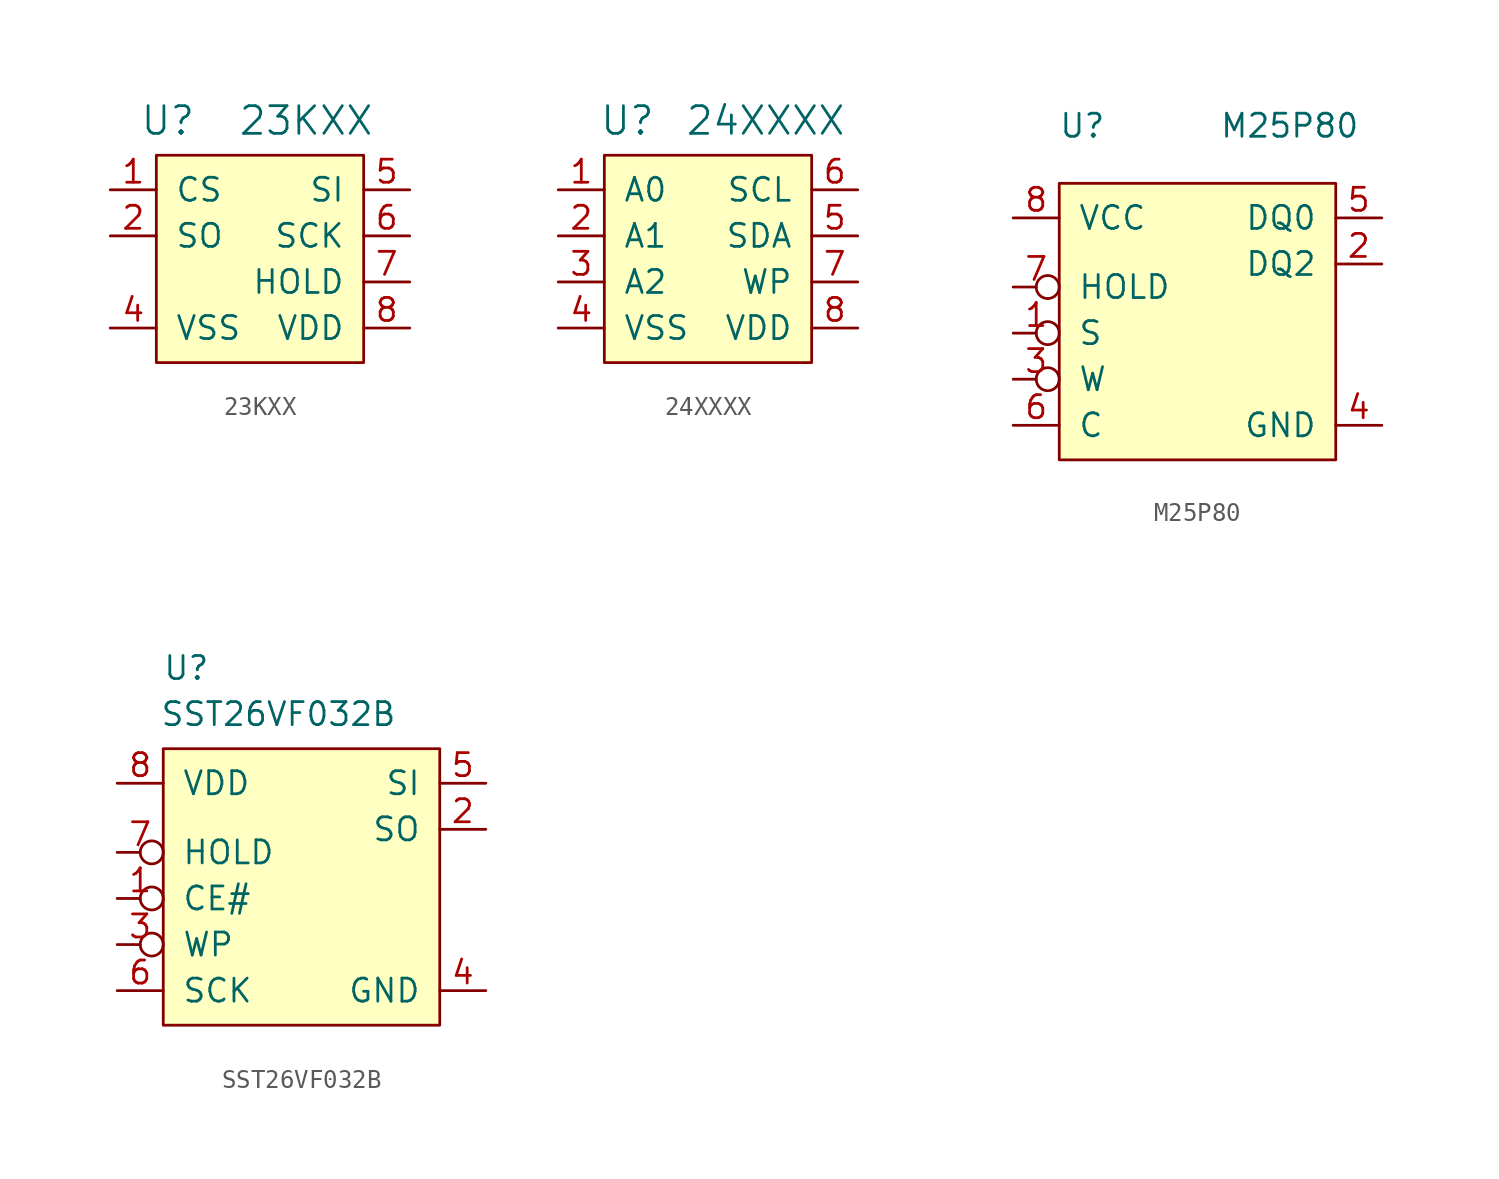
<source format=kicad_sym>
(kicad_symbol_lib
  (version 20211014)
  (generator kicad_symbol_editor)
  (symbol "23KXX"
    (pin_names
      (offset 1.016))
    (property "Reference" "U"
      (at -4.445 7.62 0)
      (effects (font (size 1.524 1.524))))
    (property "Value" "23KXX"
      (at 3.175 7.62 0)
      (effects (font (size 1.524 1.524))))
    (property "Footprint" ""
      (at 1.27 -1.27 0)
      (effects (font (size 1.524 1.524))))
    (property "Datasheet" ""
      (at 1.27 -1.27 0)
      (effects (font (size 1.524 1.524))))
    (symbol "23KXX_0_1"
      (rectangle (start -5.08 5.715) (end 6.35 -5.715) (stroke (width 0) (type default) (color 0 0 0 0)) (fill (type background))))
    (symbol "23KXX_1_1"
      (pin input line (at -7.62 3.81 0) (length 2.54) (name "CS" (effects (font (size 1.27 1.27)))) (number "1" (effects (font (size 1.27 1.27)))))
      (pin input line (at -7.62 1.27 0) (length 2.54) (name "SO" (effects (font (size 1.27 1.27)))) (number "2" (effects (font (size 1.27 1.27)))))
      (pin input line (at -7.62 -3.81 0) (length 2.54) (name "VSS" (effects (font (size 1.27 1.27)))) (number "4" (effects (font (size 1.27 1.27)))))
      (pin input line (at 8.89 3.81 180) (length 2.54) (name "SI" (effects (font (size 1.27 1.27)))) (number "5" (effects (font (size 1.27 1.27)))))
      (pin input line (at 8.89 1.27 180) (length 2.54) (name "SCK" (effects (font (size 1.27 1.27)))) (number "6" (effects (font (size 1.27 1.27)))))
      (pin input line (at 8.89 -1.27 180) (length 2.54) (name "HOLD" (effects (font (size 1.27 1.27)))) (number "7" (effects (font (size 1.27 1.27)))))
      (pin input line (at 8.89 -3.81 180) (length 2.54) (name "VDD" (effects (font (size 1.27 1.27)))) (number "8" (effects (font (size 1.27 1.27)))))))
  (symbol "24XXXX"
    (pin_names
      (offset 1.016))
    (property "Reference" "U"
      (at -3.81 7.62 0)
      (effects (font (size 1.524 1.524))))
    (property "Value" "24XXXX"
      (at 3.81 7.62 0)
      (effects (font (size 1.524 1.524))))
    (property "Footprint" ""
      (at 5.08 -1.27 0)
      (effects (font (size 1.524 1.524))))
    (property "Datasheet" ""
      (at 5.08 -1.27 0)
      (effects (font (size 1.524 1.524))))
    (symbol "24XXXX_0_1"
      (rectangle (start -5.08 5.715) (end 6.35 -5.715) (stroke (width 0) (type default) (color 0 0 0 0)) (fill (type background))))
    (symbol "24XXXX_1_1"
      (pin input line (at -7.62 3.81 0) (length 2.54) (name "A0" (effects (font (size 1.27 1.27)))) (number "1" (effects (font (size 1.27 1.27)))))
      (pin input line (at -7.62 1.27 0) (length 2.54) (name "A1" (effects (font (size 1.27 1.27)))) (number "2" (effects (font (size 1.27 1.27)))))
      (pin input line (at -7.62 -1.27 0) (length 2.54) (name "A2" (effects (font (size 1.27 1.27)))) (number "3" (effects (font (size 1.27 1.27)))))
      (pin input line (at -7.62 -3.81 0) (length 2.54) (name "VSS" (effects (font (size 1.27 1.27)))) (number "4" (effects (font (size 1.27 1.27)))))
      (pin input line (at 8.89 1.27 180) (length 2.54) (name "SDA" (effects (font (size 1.27 1.27)))) (number "5" (effects (font (size 1.27 1.27)))))
      (pin input line (at 8.89 3.81 180) (length 2.54) (name "SCL" (effects (font (size 1.27 1.27)))) (number "6" (effects (font (size 1.27 1.27)))))
      (pin input line (at 8.89 -1.27 180) (length 2.54) (name "WP" (effects (font (size 1.27 1.27)))) (number "7" (effects (font (size 1.27 1.27)))))
      (pin input line (at 8.89 -3.81 180) (length 2.54) (name "VDD" (effects (font (size 1.27 1.27)))) (number "8" (effects (font (size 1.27 1.27)))))))
  (symbol "M25P80"
    (pin_names
      (offset 1.016))
    (property "Reference" "U"
      (at -6.35 10.16 0)
      (effects (font (size 1.27 1.27))))
    (property "Value" "M25P80"
      (at 5.08 10.16 0)
      (effects (font (size 1.27 1.27))))
    (symbol "M25P80_0_1"
      (rectangle (start -7.62 6.985) (end 7.62 -8.255) (stroke (width 0) (type default) (color 0 0 0 0)) (fill (type background))))
    (symbol "M25P80_1_1"
      (pin output inverted (at -10.16 -1.27 0) (length 2.54) (name "S" (effects (font (size 1.27 1.27)))) (number "1" (effects (font (size 1.27 1.27)))))
      (pin output line (at 10.16 2.54 180) (length 2.54) (name "DQ2" (effects (font (size 1.27 1.27)))) (number "2" (effects (font (size 1.27 1.27)))))
      (pin output inverted (at -10.16 -3.81 0) (length 2.54) (name "W" (effects (font (size 1.27 1.27)))) (number "3" (effects (font (size 1.27 1.27)))))
      (pin power_out line (at 10.16 -6.35 180) (length 2.54) (name "GND" (effects (font (size 1.27 1.27)))) (number "4" (effects (font (size 1.27 1.27)))))
      (pin output line (at 10.16 5.08 180) (length 2.54) (name "DQ0" (effects (font (size 1.27 1.27)))) (number "5" (effects (font (size 1.27 1.27)))))
      (pin output line (at -10.16 -6.35 0) (length 2.54) (name "C" (effects (font (size 1.27 1.27)))) (number "6" (effects (font (size 1.27 1.27)))))
      (pin output inverted (at -10.16 1.27 0) (length 2.54) (name "HOLD" (effects (font (size 1.27 1.27)))) (number "7" (effects (font (size 1.27 1.27)))))
      (pin power_in line (at -10.16 5.08 0) (length 2.54) (name "VCC" (effects (font (size 1.27 1.27)))) (number "8" (effects (font (size 1.27 1.27)))))))
  (symbol "SST26VF032B"
    (pin_names
      (offset 1.016))
    (property "Reference" "U"
      (at -6.35 11.43 0)
      (effects (font (size 1.27 1.27))))
    (property "Value" "SST26VF032B"
      (at -1.27 8.89 0)
      (effects (font (size 1.27 1.27))))
    (symbol "SST26VF032B_1_1"
      (rectangle (start -7.62 6.985) (end 7.62 -8.255) (stroke (width 0) (type default) (color 0 0 0 0)) (fill (type background)))
      (pin output inverted (at -10.16 -1.27 0) (length 2.54) (name "CE#" (effects (font (size 1.27 1.27)))) (number "1" (effects (font (size 1.27 1.27)))))
      (pin output line (at 10.16 2.54 180) (length 2.54) (name "SO" (effects (font (size 1.27 1.27)))) (number "2" (effects (font (size 1.27 1.27)))))
      (pin output inverted (at -10.16 -3.81 0) (length 2.54) (name "WP" (effects (font (size 1.27 1.27)))) (number "3" (effects (font (size 1.27 1.27)))))
      (pin power_out line (at 10.16 -6.35 180) (length 2.54) (name "GND" (effects (font (size 1.27 1.27)))) (number "4" (effects (font (size 1.27 1.27)))))
      (pin output line (at 10.16 5.08 180) (length 2.54) (name "SI" (effects (font (size 1.27 1.27)))) (number "5" (effects (font (size 1.27 1.27)))))
      (pin output line (at -10.16 -6.35 0) (length 2.54) (name "SCK" (effects (font (size 1.27 1.27)))) (number "6" (effects (font (size 1.27 1.27)))))
      (pin output inverted (at -10.16 1.27 0) (length 2.54) (name "HOLD" (effects (font (size 1.27 1.27)))) (number "7" (effects (font (size 1.27 1.27)))))
      (pin power_in line (at -10.16 5.08 0) (length 2.54) (name "VDD" (effects (font (size 1.27 1.27)))) (number "8" (effects (font (size 1.27 1.27))))))))
</source>
